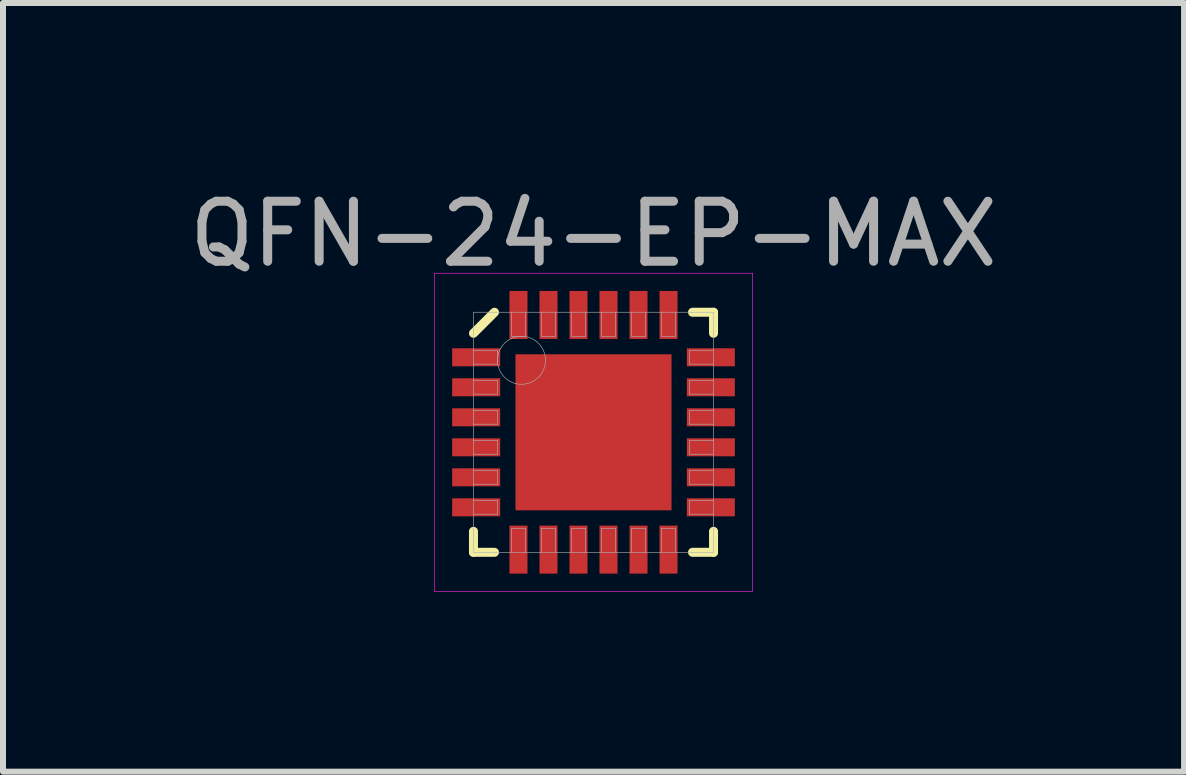
<source format=kicad_pcb>
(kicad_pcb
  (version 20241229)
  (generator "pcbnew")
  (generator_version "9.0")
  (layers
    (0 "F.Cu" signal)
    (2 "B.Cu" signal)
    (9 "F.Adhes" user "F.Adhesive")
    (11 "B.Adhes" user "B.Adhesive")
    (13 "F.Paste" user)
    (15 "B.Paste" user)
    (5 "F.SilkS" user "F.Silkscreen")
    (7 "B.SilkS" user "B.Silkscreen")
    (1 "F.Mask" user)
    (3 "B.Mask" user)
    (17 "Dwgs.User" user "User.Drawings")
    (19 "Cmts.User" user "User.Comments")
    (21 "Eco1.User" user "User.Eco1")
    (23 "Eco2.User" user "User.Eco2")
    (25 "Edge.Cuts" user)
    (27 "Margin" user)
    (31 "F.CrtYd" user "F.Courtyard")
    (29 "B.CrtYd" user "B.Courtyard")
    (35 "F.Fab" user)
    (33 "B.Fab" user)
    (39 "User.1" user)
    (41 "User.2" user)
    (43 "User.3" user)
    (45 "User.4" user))
  (footprint "QFN-24-EP-MAX"
    (layer "F.Cu")
    (at 6.839 4.153)
    (property "Reference" "QFN-24-EP-MAX" (at 0 -3.305 0) (layer "F.Fab") (effects (font (size 1 1) (thickness 0.15))))
    (attr through_hole)
    (fp_line (start -2 -1.65) (end -1.65 -2) (stroke (width 0.15) (type solid)) (layer "F.SilkS"))
    (fp_line (start -2 2) (end -2 1.65) (stroke (width 0.15) (type solid)) (layer "F.SilkS"))
    (fp_line (start -1.65 2) (end -2 2) (stroke (width 0.15) (type solid)) (layer "F.SilkS"))
    (fp_line (start 1.65 -2) (end 2 -2) (stroke (width 0.15) (type solid)) (layer "F.SilkS"))
    (fp_line (start 1.65 2) (end 2 2) (stroke (width 0.15) (type solid)) (layer "F.SilkS"))
    (fp_line (start 2 -2) (end 2 -1.65) (stroke (width 0.15) (type solid)) (layer "F.SilkS"))
    (fp_line (start 2 2) (end 2 1.65) (stroke (width 0.15) (type solid)) (layer "F.SilkS"))
    (fp_line (start -2.65 -2.65) (end 2.65 -2.65) (stroke (width 0.01) (type solid)) (layer "F.CrtYd"))
    (fp_line (start -2.65 2.65) (end -2.65 -2.65) (stroke (width 0.01) (type solid)) (layer "F.CrtYd"))
    (fp_line (start 2.65 -2.65) (end 2.65 2.65) (stroke (width 0.01) (type solid)) (layer "F.CrtYd"))
    (fp_line (start 2.65 2.65) (end -2.65 2.65) (stroke (width 0.01) (type solid)) (layer "F.CrtYd"))
    (fp_line (start -2 -2) (end 2 -2) (stroke (width 0.01) (type solid)) (layer "F.Fab"))
    (fp_line (start -2 -1.135) (end -1.6 -1.135) (stroke (width 0.01) (type solid)) (layer "F.Fab"))
    (fp_line (start -2 -0.635) (end -1.6 -0.635) (stroke (width 0.01) (type solid)) (layer "F.Fab"))
    (fp_line (start -2 -0.135) (end -1.6 -0.135) (stroke (width 0.01) (type solid)) (layer "F.Fab"))
    (fp_line (start -2 0.365) (end -1.6 0.365) (stroke (width 0.01) (type solid)) (layer "F.Fab"))
    (fp_line (start -2 0.865) (end -1.6 0.865) (stroke (width 0.01) (type solid)) (layer "F.Fab"))
    (fp_line (start -2 1.365) (end -1.6 1.365) (stroke (width 0.01) (type solid)) (layer "F.Fab"))
    (fp_line (start -2 2) (end -2 -2) (stroke (width 0.01) (type solid)) (layer "F.Fab"))
    (fp_line (start -1.6 -1.365) (end -2 -1.365) (stroke (width 0.01) (type solid)) (layer "F.Fab"))
    (fp_line (start -1.6 -1.135) (end -1.6 -1.365) (stroke (width 0.01) (type solid)) (layer "F.Fab"))
    (fp_line (start -1.6 -0.865) (end -2 -0.865) (stroke (width 0.01) (type solid)) (layer "F.Fab"))
    (fp_line (start -1.6 -0.635) (end -1.6 -0.865) (stroke (width 0.01) (type solid)) (layer "F.Fab"))
    (fp_line (start -1.6 -0.365) (end -2 -0.365) (stroke (width 0.01) (type solid)) (layer "F.Fab"))
    (fp_line (start -1.6 -0.135) (end -1.6 -0.365) (stroke (width 0.01) (type solid)) (layer "F.Fab"))
    (fp_line (start -1.6 0.135) (end -2 0.135) (stroke (width 0.01) (type solid)) (layer "F.Fab"))
    (fp_line (start -1.6 0.365) (end -1.6 0.135) (stroke (width 0.01) (type solid)) (layer "F.Fab"))
    (fp_line (start -1.6 0.635) (end -2 0.635) (stroke (width 0.01) (type solid)) (layer "F.Fab"))
    (fp_line (start -1.6 0.865) (end -1.6 0.635) (stroke (width 0.01) (type solid)) (layer "F.Fab"))
    (fp_line (start -1.6 1.135) (end -2 1.135) (stroke (width 0.01) (type solid)) (layer "F.Fab"))
    (fp_line (start -1.6 1.365) (end -1.6 1.135) (stroke (width 0.01) (type solid)) (layer "F.Fab"))
    (fp_line (start -1.365 -2) (end -1.365 -1.6) (stroke (width 0.01) (type solid)) (layer "F.Fab"))
    (fp_line (start -1.365 -1.6) (end -1.135 -1.6) (stroke (width 0.01) (type solid)) (layer "F.Fab"))
    (fp_line (start -1.365 1.6) (end -1.365 2) (stroke (width 0.01) (type solid)) (layer "F.Fab"))
    (fp_line (start -1.135 -1.6) (end -1.135 -2) (stroke (width 0.01) (type solid)) (layer "F.Fab"))
    (fp_line (start -1.135 1.6) (end -1.365 1.6) (stroke (width 0.01) (type solid)) (layer "F.Fab"))
    (fp_line (start -1.135 2) (end -1.135 1.6) (stroke (width 0.01) (type solid)) (layer "F.Fab"))
    (fp_line (start -0.865 -2) (end -0.865 -1.6) (stroke (width 0.01) (type solid)) (layer "F.Fab"))
    (fp_line (start -0.865 -1.6) (end -0.635 -1.6) (stroke (width 0.01) (type solid)) (layer "F.Fab"))
    (fp_line (start -0.865 1.6) (end -0.865 2) (stroke (width 0.01) (type solid)) (layer "F.Fab"))
    (fp_line (start -0.635 -1.6) (end -0.635 -2) (stroke (width 0.01) (type solid)) (layer "F.Fab"))
    (fp_line (start -0.635 1.6) (end -0.865 1.6) (stroke (width 0.01) (type solid)) (layer "F.Fab"))
    (fp_line (start -0.635 2) (end -0.635 1.6) (stroke (width 0.01) (type solid)) (layer "F.Fab"))
    (fp_line (start -0.365 -2) (end -0.365 -1.6) (stroke (width 0.01) (type solid)) (layer "F.Fab"))
    (fp_line (start -0.365 -1.6) (end -0.135 -1.6) (stroke (width 0.01) (type solid)) (layer "F.Fab"))
    (fp_line (start -0.365 1.6) (end -0.365 2) (stroke (width 0.01) (type solid)) (layer "F.Fab"))
    (fp_line (start -0.135 -1.6) (end -0.135 -2) (stroke (width 0.01) (type solid)) (layer "F.Fab"))
    (fp_line (start -0.135 1.6) (end -0.365 1.6) (stroke (width 0.01) (type solid)) (layer "F.Fab"))
    (fp_line (start -0.135 2) (end -0.135 1.6) (stroke (width 0.01) (type solid)) (layer "F.Fab"))
    (fp_line (start 0.135 -2) (end 0.135 -1.6) (stroke (width 0.01) (type solid)) (layer "F.Fab"))
    (fp_line (start 0.135 -1.6) (end 0.365 -1.6) (stroke (width 0.01) (type solid)) (layer "F.Fab"))
    (fp_line (start 0.135 1.6) (end 0.135 2) (stroke (width 0.01) (type solid)) (layer "F.Fab"))
    (fp_line (start 0.365 -1.6) (end 0.365 -2) (stroke (width 0.01) (type solid)) (layer "F.Fab"))
    (fp_line (start 0.365 1.6) (end 0.135 1.6) (stroke (width 0.01) (type solid)) (layer "F.Fab"))
    (fp_line (start 0.365 2) (end 0.365 1.6) (stroke (width 0.01) (type solid)) (layer "F.Fab"))
    (fp_line (start 0.635 -2) (end 0.635 -1.6) (stroke (width 0.01) (type solid)) (layer "F.Fab"))
    (fp_line (start 0.635 -1.6) (end 0.865 -1.6) (stroke (width 0.01) (type solid)) (layer "F.Fab"))
    (fp_line (start 0.635 1.6) (end 0.635 2) (stroke (width 0.01) (type solid)) (layer "F.Fab"))
    (fp_line (start 0.865 -1.6) (end 0.865 -2) (stroke (width 0.01) (type solid)) (layer "F.Fab"))
    (fp_line (start 0.865 1.6) (end 0.635 1.6) (stroke (width 0.01) (type solid)) (layer "F.Fab"))
    (fp_line (start 0.865 2) (end 0.865 1.6) (stroke (width 0.01) (type solid)) (layer "F.Fab"))
    (fp_line (start 1.135 -2) (end 1.135 -1.6) (stroke (width 0.01) (type solid)) (layer "F.Fab"))
    (fp_line (start 1.135 -1.6) (end 1.365 -1.6) (stroke (width 0.01) (type solid)) (layer "F.Fab"))
    (fp_line (start 1.135 1.6) (end 1.135 2) (stroke (width 0.01) (type solid)) (layer "F.Fab"))
    (fp_line (start 1.365 -1.6) (end 1.365 -2) (stroke (width 0.01) (type solid)) (layer "F.Fab"))
    (fp_line (start 1.365 1.6) (end 1.135 1.6) (stroke (width 0.01) (type solid)) (layer "F.Fab"))
    (fp_line (start 1.365 2) (end 1.365 1.6) (stroke (width 0.01) (type solid)) (layer "F.Fab"))
    (fp_line (start 1.6 -1.365) (end 1.6 -1.135) (stroke (width 0.01) (type solid)) (layer "F.Fab"))
    (fp_line (start 1.6 -1.135) (end 2 -1.135) (stroke (width 0.01) (type solid)) (layer "F.Fab"))
    (fp_line (start 1.6 -0.865) (end 1.6 -0.635) (stroke (width 0.01) (type solid)) (layer "F.Fab"))
    (fp_line (start 1.6 -0.635) (end 2 -0.635) (stroke (width 0.01) (type solid)) (layer "F.Fab"))
    (fp_line (start 1.6 -0.365) (end 1.6 -0.135) (stroke (width 0.01) (type solid)) (layer "F.Fab"))
    (fp_line (start 1.6 -0.135) (end 2 -0.135) (stroke (width 0.01) (type solid)) (layer "F.Fab"))
    (fp_line (start 1.6 0.135) (end 1.6 0.365) (stroke (width 0.01) (type solid)) (layer "F.Fab"))
    (fp_line (start 1.6 0.365) (end 2 0.365) (stroke (width 0.01) (type solid)) (layer "F.Fab"))
    (fp_line (start 1.6 0.635) (end 1.6 0.865) (stroke (width 0.01) (type solid)) (layer "F.Fab"))
    (fp_line (start 1.6 0.865) (end 2 0.865) (stroke (width 0.01) (type solid)) (layer "F.Fab"))
    (fp_line (start 1.6 1.135) (end 1.6 1.365) (stroke (width 0.01) (type solid)) (layer "F.Fab"))
    (fp_line (start 1.6 1.365) (end 2 1.365) (stroke (width 0.01) (type solid)) (layer "F.Fab"))
    (fp_line (start 2 -2) (end 2 2) (stroke (width 0.01) (type solid)) (layer "F.Fab"))
    (fp_line (start 2 -1.365) (end 1.6 -1.365) (stroke (width 0.01) (type solid)) (layer "F.Fab"))
    (fp_line (start 2 -0.865) (end 1.6 -0.865) (stroke (width 0.01) (type solid)) (layer "F.Fab"))
    (fp_line (start 2 -0.365) (end 1.6 -0.365) (stroke (width 0.01) (type solid)) (layer "F.Fab"))
    (fp_line (start 2 0.135) (end 1.6 0.135) (stroke (width 0.01) (type solid)) (layer "F.Fab"))
    (fp_line (start 2 0.635) (end 1.6 0.635) (stroke (width 0.01) (type solid)) (layer "F.Fab"))
    (fp_line (start 2 1.135) (end 1.6 1.135) (stroke (width 0.01) (type solid)) (layer "F.Fab"))
    (fp_line (start 2 2) (end -2 2) (stroke (width 0.01) (type solid)) (layer "F.Fab"))
    (fp_circle (center -1.2 -1.2) (end -1.2 -0.8) (stroke (width 0.01) (type solid)) (fill no) (layer "F.Fab"))
    (pad "" smd rect (at -0.65 -0.65) (size 0.9 0.9) (layers "F.Mask"))
    (pad "" smd rect (at -0.65 -0.65) (size 0.9 0.9) (layers "F.Paste"))
    (pad "" smd rect (at -0.65 0.65) (size 0.9 0.9) (layers "F.Mask"))
    (pad "" smd rect (at -0.65 0.65) (size 0.9 0.9) (layers "F.Paste"))
    (pad "" smd rect (at 0.65 -0.65) (size 0.9 0.9) (layers "F.Mask"))
    (pad "" smd rect (at 0.65 -0.65) (size 0.9 0.9) (layers "F.Paste"))
    (pad "" smd rect (at 0.65 0.65) (size 0.9 0.9) (layers "F.Mask"))
    (pad "" smd rect (at 0.65 0.65) (size 0.9 0.9) (layers "F.Paste"))
    (pad "1" smd rect (at -1.955 -1.25) (size 0.8 0.3) (layers "F.Cu" "F.Mask" "F.Paste"))
    (pad "2" smd rect (at -1.955 -0.75) (size 0.8 0.3) (layers "F.Cu" "F.Mask" "F.Paste"))
    (pad "3" smd rect (at -1.955 -0.25) (size 0.8 0.3) (layers "F.Cu" "F.Mask" "F.Paste"))
    (pad "4" smd rect (at -1.955 0.25) (size 0.8 0.3) (layers "F.Cu" "F.Mask" "F.Paste"))
    (pad "5" smd rect (at -1.955 0.75) (size 0.8 0.3) (layers "F.Cu" "F.Mask" "F.Paste"))
    (pad "6" smd rect (at -1.955 1.25) (size 0.8 0.3) (layers "F.Cu" "F.Mask" "F.Paste"))
    (pad "7" smd rect (at -1.25 1.955) (size 0.3 0.8) (layers "F.Cu" "F.Mask" "F.Paste"))
    (pad "8" smd rect (at -0.75 1.955) (size 0.3 0.8) (layers "F.Cu" "F.Mask" "F.Paste"))
    (pad "9" smd rect (at -0.25 1.955) (size 0.3 0.8) (layers "F.Cu" "F.Mask" "F.Paste"))
    (pad "10" smd rect (at 0.25 1.955) (size 0.3 0.8) (layers "F.Cu" "F.Mask" "F.Paste"))
    (pad "11" smd rect (at 0.75 1.955) (size 0.3 0.8) (layers "F.Cu" "F.Mask" "F.Paste"))
    (pad "12" smd rect (at 1.25 1.955) (size 0.3 0.8) (layers "F.Cu" "F.Mask" "F.Paste"))
    (pad "13" smd rect (at 1.955 1.25) (size 0.8 0.3) (layers "F.Cu" "F.Mask" "F.Paste"))
    (pad "14" smd rect (at 1.955 0.75) (size 0.8 0.3) (layers "F.Cu" "F.Mask" "F.Paste"))
    (pad "15" smd rect (at 1.955 0.25) (size 0.8 0.3) (layers "F.Cu" "F.Mask" "F.Paste"))
    (pad "16" smd rect (at 1.955 -0.25) (size 0.8 0.3) (layers "F.Cu" "F.Mask" "F.Paste"))
    (pad "17" smd rect (at 1.955 -0.75) (size 0.8 0.3) (layers "F.Cu" "F.Mask" "F.Paste"))
    (pad "18" smd rect (at 1.955 -1.25) (size 0.8 0.3) (layers "F.Cu" "F.Mask" "F.Paste"))
    (pad "19" smd rect (at 1.25 -1.955) (size 0.3 0.8) (layers "F.Cu" "F.Mask" "F.Paste"))
    (pad "20" smd rect (at 0.75 -1.955) (size 0.3 0.8) (layers "F.Cu" "F.Mask" "F.Paste"))
    (pad "21" smd rect (at 0.25 -1.955) (size 0.3 0.8) (layers "F.Cu" "F.Mask" "F.Paste"))
    (pad "22" smd rect (at -0.25 -1.955) (size 0.3 0.8) (layers "F.Cu" "F.Mask" "F.Paste"))
    (pad "23" smd rect (at -0.75 -1.955) (size 0.3 0.8) (layers "F.Cu" "F.Mask" "F.Paste"))
    (pad "24" smd rect (at -1.25 -1.955) (size 0.3 0.8) (layers "F.Cu" "F.Mask" "F.Paste"))
    (pad "EP" smd rect (at 0 0) (size 2.6 2.6) (layers "F.Cu")))
  (gr_rect
    (start -3 -3)
    (end 16.679 9.808)
    (stroke (width 0.1) (type default))
    (fill no)
    (layer "Edge.Cuts")))
</source>
